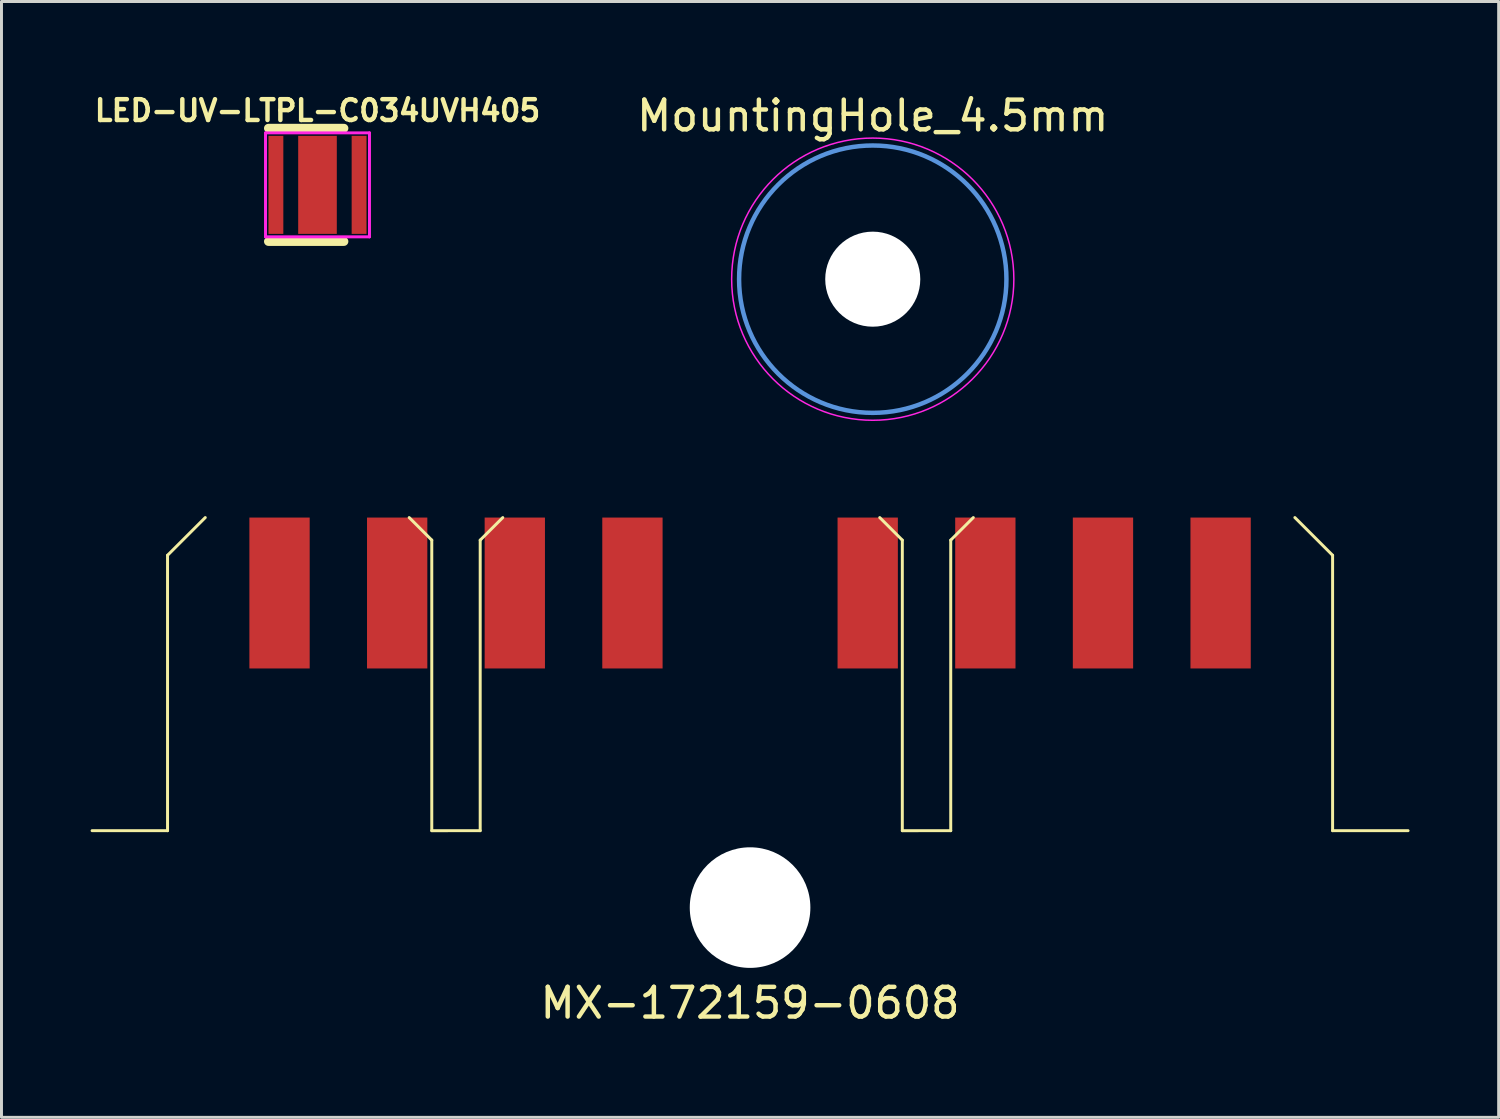
<source format=kicad_pcb>
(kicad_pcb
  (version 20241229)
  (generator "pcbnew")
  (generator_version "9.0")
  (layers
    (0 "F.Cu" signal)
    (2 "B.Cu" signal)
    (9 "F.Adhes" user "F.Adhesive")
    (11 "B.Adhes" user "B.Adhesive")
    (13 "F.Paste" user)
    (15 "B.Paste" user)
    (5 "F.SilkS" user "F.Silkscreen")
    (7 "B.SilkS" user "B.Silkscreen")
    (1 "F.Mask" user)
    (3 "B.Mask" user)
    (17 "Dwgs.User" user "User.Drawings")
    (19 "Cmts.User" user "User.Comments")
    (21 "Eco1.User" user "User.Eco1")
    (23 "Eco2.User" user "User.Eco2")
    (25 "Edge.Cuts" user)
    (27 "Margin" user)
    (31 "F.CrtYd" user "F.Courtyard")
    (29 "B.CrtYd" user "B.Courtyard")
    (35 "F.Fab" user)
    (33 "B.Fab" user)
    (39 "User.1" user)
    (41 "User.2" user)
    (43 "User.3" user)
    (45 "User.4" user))
  (footprint "LED-UV-LTPL-C034UVH405"
    (layer "F.Cu")
    (at 7.638 3.173)
    (property "Reference" "LED-UV-LTPL-C034UVH405" (at 0 -2.5 0) (layer "F.SilkS") (effects (font (size 0.7 0.7) (thickness 0.15))))
    (attr through_hole)
    (fp_line (start -1.651 -1.905) (end 0.889 -1.905) (stroke (width 0.3) (type solid)) (layer "F.SilkS"))
    (fp_line (start 0.889 1.905) (end -1.651 1.905) (stroke (width 0.3) (type solid)) (layer "F.SilkS"))
    (fp_line (start -1.75 -1.75) (end 1.75 -1.75) (stroke (width 0.1) (type solid)) (layer "F.CrtYd"))
    (fp_line (start -1.75 1.75) (end -1.75 -1.75) (stroke (width 0.1) (type solid)) (layer "F.CrtYd"))
    (fp_line (start 1.75 -1.75) (end 1.75 1.75) (stroke (width 0.1) (type solid)) (layer "F.CrtYd"))
    (fp_line (start 1.75 1.75) (end -1.75 1.75) (stroke (width 0.1) (type solid)) (layer "F.CrtYd"))
    (pad "1" smd rect (at -1.4 0) (size 0.5 3.3) (layers "F.Cu" "F.Mask" "F.Paste"))
    (pad "2" smd rect (at 1.4 0) (size 0.5 3.3) (layers "F.Cu" "F.Mask" "F.Paste"))
    (pad "3" smd rect (at 0 0) (size 1.3 3.3) (layers "F.Cu" "F.Mask" "F.Paste")))
  (footprint "MX-172159-0608"
    (layer "F.Cu")
    (at 22.2 14.373)
    (property "Reference" "MX-172159-0608" (at 0 16.342 0) (layer "F.SilkS") (effects (font (size 1 1) (thickness 0.15))))
    (attr through_hole)
    (fp_line (start -22.15 10.54) (end -19.61 10.54) (stroke (width 0.1) (type solid)) (layer "F.SilkS"))
    (fp_line (start -19.61 1.27) (end -19.61 10.54) (stroke (width 0.1) (type solid)) (layer "F.SilkS"))
    (fp_line (start -19.61 1.27) (end -18.34 0) (stroke (width 0.1) (type solid)) (layer "F.SilkS"))
    (fp_line (start -10.715 0.76) (end -11.475 0) (stroke (width 0.1) (type solid)) (layer "F.SilkS"))
    (fp_line (start -10.715 0.76) (end -10.715 10.54) (stroke (width 0.1) (type solid)) (layer "F.SilkS"))
    (fp_line (start -10.715 10.541) (end -9.085 10.54) (stroke (width 0.1) (type solid)) (layer "F.SilkS"))
    (fp_line (start -9.085 0.76) (end -9.085 10.54) (stroke (width 0.1) (type solid)) (layer "F.SilkS"))
    (fp_line (start -9.085 0.76) (end -8.325 0) (stroke (width 0.1) (type solid)) (layer "F.SilkS"))
    (fp_line (start 5.125 0.76) (end 4.365 0) (stroke (width 0.1) (type solid)) (layer "F.SilkS"))
    (fp_line (start 5.125 0.76) (end 5.125 10.54) (stroke (width 0.1) (type solid)) (layer "F.SilkS"))
    (fp_line (start 5.125 10.541) (end 6.755 10.54) (stroke (width 0.1) (type solid)) (layer "F.SilkS"))
    (fp_line (start 6.755 0.76) (end 6.755 10.54) (stroke (width 0.1) (type solid)) (layer "F.SilkS"))
    (fp_line (start 6.755 0.76) (end 7.515 0) (stroke (width 0.1) (type solid)) (layer "F.SilkS"))
    (fp_line (start 19.61 1.27) (end 18.34 0) (stroke (width 0.1) (type solid)) (layer "F.SilkS"))
    (fp_line (start 19.61 1.27) (end 19.61 10.54) (stroke (width 0.1) (type solid)) (layer "F.SilkS"))
    (fp_line (start 19.61 10.54) (end 22.15 10.54) (stroke (width 0.1) (type solid)) (layer "F.SilkS"))
    (pad "" np_thru_hole circle (at 0 13.13) (size 4.06 4.06) (drill 4.06) (layers "*.Cu" "*.Mask"))
    (pad "1" smd rect (at 15.84 2.54) (size 2.03 5.08) (layers "F.Cu" "F.Mask"))
    (pad "2" smd rect (at 11.88 2.54) (size 2.03 5.08) (layers "F.Cu" "F.Mask"))
    (pad "3" smd rect (at 7.92 2.54) (size 2.03 5.08) (layers "F.Cu" "F.Mask"))
    (pad "4" smd rect (at 3.96 2.54) (size 2.03 5.08) (layers "F.Cu" "F.Mask"))
    (pad "5" smd rect (at -3.96 2.54) (size 2.03 5.08) (layers "F.Cu" "F.Mask"))
    (pad "6" smd rect (at -7.92 2.54) (size 2.03 5.08) (layers "F.Cu" "F.Mask"))
    (pad "7" smd rect (at -11.88 2.54) (size 2.03 5.08) (layers "F.Cu" "F.Mask"))
    (pad "8" smd rect (at -15.84 2.54) (size 2.03 5.08) (layers "F.Cu" "F.Mask")))
  (footprint "MountingHole_4.5mm"
    (layer "F.Cu")
    (at 26.33 6.348)
    (property "Reference" "MountingHole_4.5mm" (at 0 -5.5 0) (layer "F.SilkS") (effects (font (size 1 1) (thickness 0.15))))
    (attr through_hole)
    (fp_circle (center 0 0) (end 4.5 0) (stroke (width 0.15) (type solid)) (fill no) (layer "Cmts.User"))
    (fp_circle (center 0 0) (end 4.75 0) (stroke (width 0.05) (type solid)) (fill no) (layer "F.CrtYd"))
    (pad "" np_thru_hole circle (at 0 0) (size 3.2 3.2) (drill 3.2) (layers "*.Cu" "*.Mask")))
  (gr_rect
    (start -3 -3)
    (end 47.4 34.563)
    (stroke (width 0.1) (type default))
    (fill no)
    (layer "Edge.Cuts")))
</source>
